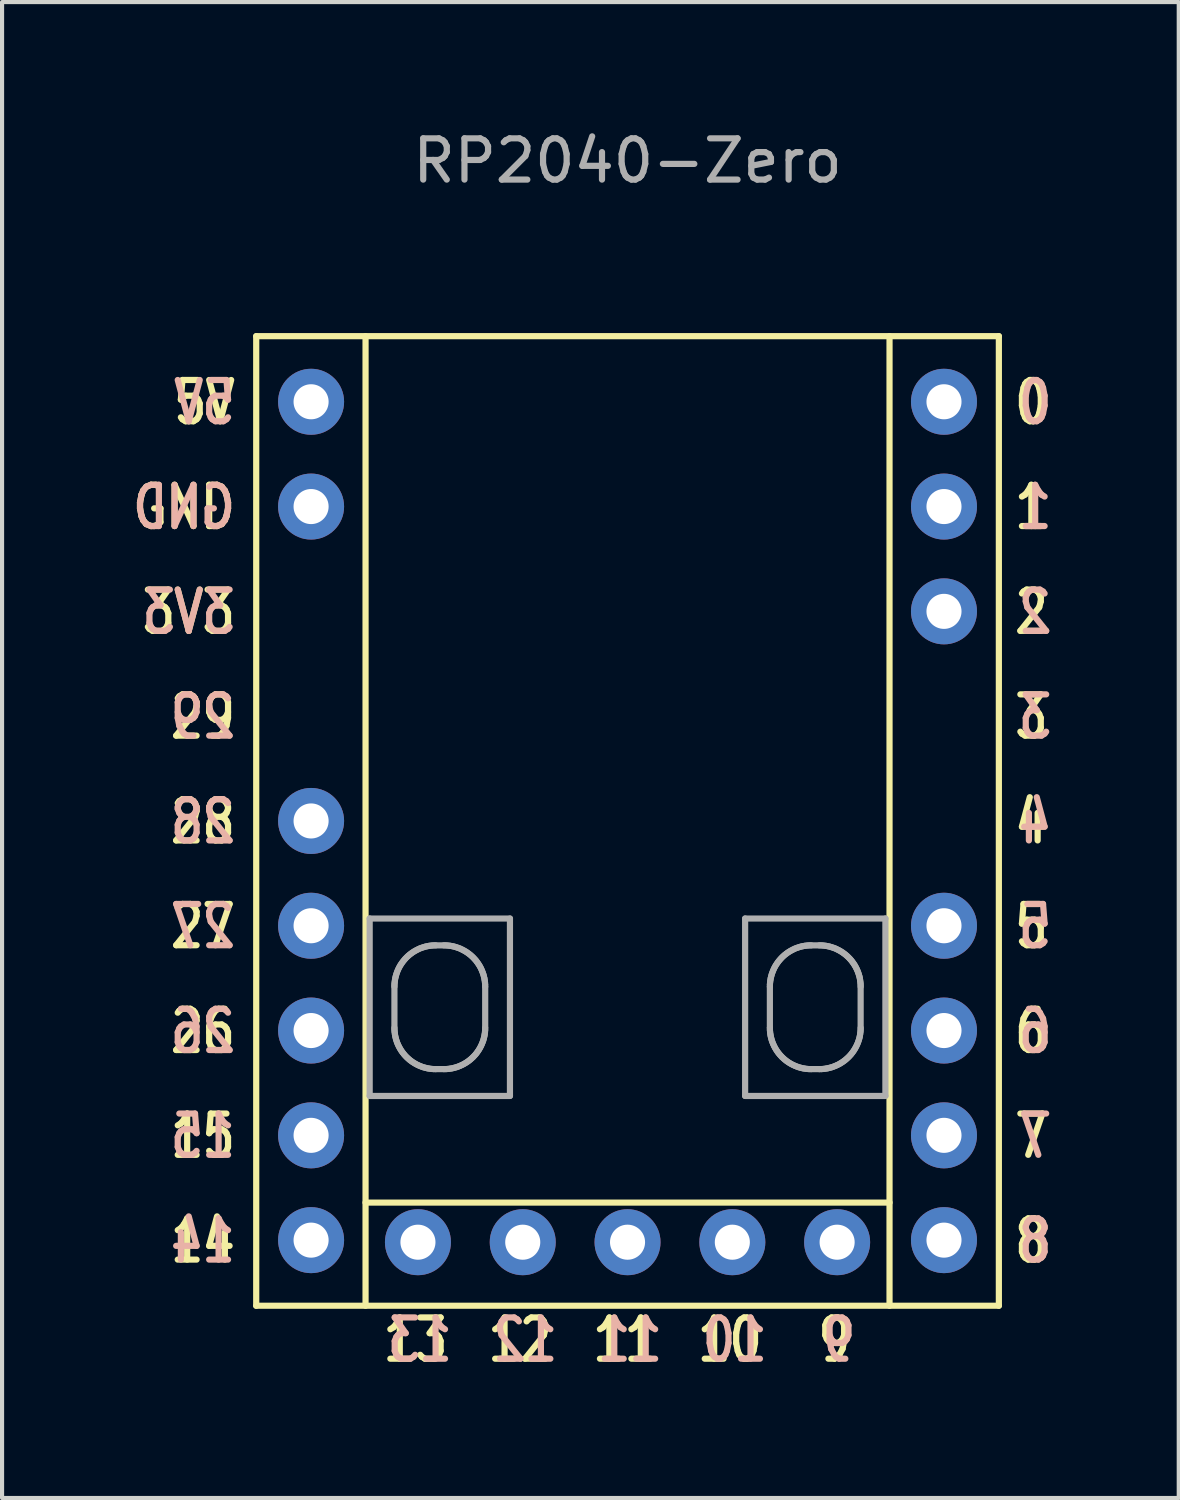
<source format=kicad_pcb>
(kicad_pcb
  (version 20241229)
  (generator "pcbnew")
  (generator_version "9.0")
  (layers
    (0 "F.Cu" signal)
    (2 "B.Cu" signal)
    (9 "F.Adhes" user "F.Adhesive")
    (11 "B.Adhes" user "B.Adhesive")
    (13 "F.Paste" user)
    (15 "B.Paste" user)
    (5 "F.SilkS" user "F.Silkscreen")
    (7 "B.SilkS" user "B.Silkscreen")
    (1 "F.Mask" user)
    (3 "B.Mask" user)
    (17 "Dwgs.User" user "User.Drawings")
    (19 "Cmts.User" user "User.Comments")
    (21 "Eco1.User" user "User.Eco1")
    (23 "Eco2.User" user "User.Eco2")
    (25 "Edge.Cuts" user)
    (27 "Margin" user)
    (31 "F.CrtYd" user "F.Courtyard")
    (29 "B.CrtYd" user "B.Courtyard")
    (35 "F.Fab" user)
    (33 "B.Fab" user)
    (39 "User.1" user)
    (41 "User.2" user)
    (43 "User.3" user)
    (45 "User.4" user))
  (footprint "RP2040-Zero"
    (layer "F.Cu")
    (at 12.16 16.848)
    (property "Reference" "RP2040-Zero" (at 0 -16 0) (layer "F.Fab") (effects (font (size 1 1) (thickness 0.15))))
    (attr through_hole exclude_from_pos_files)
    (fp_line (start -9 -11.75) (end 9 -11.75) (stroke (width 0.15) (type default)) (layer "F.SilkS"))
    (fp_line (start -9 11.75) (end -9 -11.75) (stroke (width 0.15) (type default)) (layer "F.SilkS"))
    (fp_line (start -9 11.75) (end 9 11.75) (stroke (width 0.15) (type default)) (layer "F.SilkS"))
    (fp_line (start -6.35 -11.75) (end -6.35 11.75) (stroke (width 0.15) (type solid)) (layer "F.SilkS"))
    (fp_line (start -6.35 9.25) (end 6.35 9.25) (stroke (width 0.15) (type solid)) (layer "F.SilkS"))
    (fp_line (start 6.35 11.75) (end 6.35 -11.75) (stroke (width 0.15) (type solid)) (layer "F.SilkS"))
    (fp_line (start 9 11.75) (end 9 -11.75) (stroke (width 0.15) (type default)) (layer "F.SilkS"))
    (fp_line (start -6.25 2.365) (end -2.85 2.365) (stroke (width 0.15) (type default)) (layer "F.Fab"))
    (fp_line (start -6.25 6.665) (end -6.25 2.365) (stroke (width 0.15) (type default)) (layer "F.Fab"))
    (fp_line (start -5.65 4.015) (end -5.649 3.963) (stroke (width 0.15) (type default)) (layer "F.Fab"))
    (fp_line (start -5.65 5.015) (end -5.65 4.015) (stroke (width 0.15) (type default)) (layer "F.Fab"))
    (fp_line (start -5.649 3.963) (end -5.645 3.913) (stroke (width 0.15) (type default)) (layer "F.Fab"))
    (fp_line (start -5.649 5.066) (end -5.65 5.015) (stroke (width 0.15) (type default)) (layer "F.Fab"))
    (fp_line (start -5.645 3.913) (end -5.638 3.863) (stroke (width 0.15) (type default)) (layer "F.Fab"))
    (fp_line (start -5.645 5.117) (end -5.649 5.066) (stroke (width 0.15) (type default)) (layer "F.Fab"))
    (fp_line (start -5.638 3.863) (end -5.63 3.813) (stroke (width 0.15) (type default)) (layer "F.Fab"))
    (fp_line (start -5.638 5.167) (end -5.645 5.117) (stroke (width 0.15) (type default)) (layer "F.Fab"))
    (fp_line (start -5.63 3.813) (end -5.618 3.765) (stroke (width 0.15) (type default)) (layer "F.Fab"))
    (fp_line (start -5.63 5.216) (end -5.638 5.167) (stroke (width 0.15) (type default)) (layer "F.Fab"))
    (fp_line (start -5.618 3.765) (end -5.605 3.718) (stroke (width 0.15) (type default)) (layer "F.Fab"))
    (fp_line (start -5.618 5.265) (end -5.63 5.216) (stroke (width 0.15) (type default)) (layer "F.Fab"))
    (fp_line (start -5.605 3.718) (end -5.589 3.671) (stroke (width 0.15) (type default)) (layer "F.Fab"))
    (fp_line (start -5.605 5.312) (end -5.618 5.265) (stroke (width 0.15) (type default)) (layer "F.Fab"))
    (fp_line (start -5.589 3.671) (end -5.571 3.626) (stroke (width 0.15) (type default)) (layer "F.Fab"))
    (fp_line (start -5.589 5.359) (end -5.605 5.312) (stroke (width 0.15) (type default)) (layer "F.Fab"))
    (fp_line (start -5.571 3.626) (end -5.551 3.581) (stroke (width 0.15) (type default)) (layer "F.Fab"))
    (fp_line (start -5.571 5.404) (end -5.589 5.359) (stroke (width 0.15) (type default)) (layer "F.Fab"))
    (fp_line (start -5.551 3.581) (end -5.529 3.538) (stroke (width 0.15) (type default)) (layer "F.Fab"))
    (fp_line (start -5.551 5.448) (end -5.571 5.404) (stroke (width 0.15) (type default)) (layer "F.Fab"))
    (fp_line (start -5.529 3.538) (end -5.505 3.496) (stroke (width 0.15) (type default)) (layer "F.Fab"))
    (fp_line (start -5.529 5.491) (end -5.551 5.448) (stroke (width 0.15) (type default)) (layer "F.Fab"))
    (fp_line (start -5.505 3.496) (end -5.479 3.456) (stroke (width 0.15) (type default)) (layer "F.Fab"))
    (fp_line (start -5.505 5.533) (end -5.529 5.491) (stroke (width 0.15) (type default)) (layer "F.Fab"))
    (fp_line (start -5.479 3.456) (end -5.451 3.417) (stroke (width 0.15) (type default)) (layer "F.Fab"))
    (fp_line (start -5.479 5.574) (end -5.505 5.533) (stroke (width 0.15) (type default)) (layer "F.Fab"))
    (fp_line (start -5.451 3.417) (end -5.421 3.379) (stroke (width 0.15) (type default)) (layer "F.Fab"))
    (fp_line (start -5.451 5.613) (end -5.479 5.574) (stroke (width 0.15) (type default)) (layer "F.Fab"))
    (fp_line (start -5.421 3.379) (end -5.39 3.343) (stroke (width 0.15) (type default)) (layer "F.Fab"))
    (fp_line (start -5.421 5.651) (end -5.451 5.613) (stroke (width 0.15) (type default)) (layer "F.Fab"))
    (fp_line (start -5.39 3.343) (end -5.357 3.308) (stroke (width 0.15) (type default)) (layer "F.Fab"))
    (fp_line (start -5.39 5.687) (end -5.421 5.651) (stroke (width 0.15) (type default)) (layer "F.Fab"))
    (fp_line (start -5.357 3.308) (end -5.322 3.275) (stroke (width 0.15) (type default)) (layer "F.Fab"))
    (fp_line (start -5.357 5.722) (end -5.39 5.687) (stroke (width 0.15) (type default)) (layer "F.Fab"))
    (fp_line (start -5.322 3.275) (end -5.286 3.243) (stroke (width 0.15) (type default)) (layer "F.Fab"))
    (fp_line (start -5.322 5.755) (end -5.357 5.722) (stroke (width 0.15) (type default)) (layer "F.Fab"))
    (fp_line (start -5.286 3.243) (end -5.248 3.214) (stroke (width 0.15) (type default)) (layer "F.Fab"))
    (fp_line (start -5.286 5.786) (end -5.322 5.755) (stroke (width 0.15) (type default)) (layer "F.Fab"))
    (fp_line (start -5.248 3.214) (end -5.209 3.186) (stroke (width 0.15) (type default)) (layer "F.Fab"))
    (fp_line (start -5.248 5.816) (end -5.286 5.786) (stroke (width 0.15) (type default)) (layer "F.Fab"))
    (fp_line (start -5.209 3.186) (end -5.168 3.16) (stroke (width 0.15) (type default)) (layer "F.Fab"))
    (fp_line (start -5.209 5.844) (end -5.248 5.816) (stroke (width 0.15) (type default)) (layer "F.Fab"))
    (fp_line (start -5.168 3.16) (end -5.126 3.136) (stroke (width 0.15) (type default)) (layer "F.Fab"))
    (fp_line (start -5.168 5.87) (end -5.209 5.844) (stroke (width 0.15) (type default)) (layer "F.Fab"))
    (fp_line (start -5.126 3.136) (end -5.083 3.114) (stroke (width 0.15) (type default)) (layer "F.Fab"))
    (fp_line (start -5.126 5.894) (end -5.168 5.87) (stroke (width 0.15) (type default)) (layer "F.Fab"))
    (fp_line (start -5.083 3.114) (end -5.039 3.093) (stroke (width 0.15) (type default)) (layer "F.Fab"))
    (fp_line (start -5.083 5.916) (end -5.126 5.894) (stroke (width 0.15) (type default)) (layer "F.Fab"))
    (fp_line (start -5.039 3.093) (end -4.994 3.076) (stroke (width 0.15) (type default)) (layer "F.Fab"))
    (fp_line (start -5.039 5.936) (end -5.083 5.916) (stroke (width 0.15) (type default)) (layer "F.Fab"))
    (fp_line (start -4.994 3.076) (end -4.947 3.06) (stroke (width 0.15) (type default)) (layer "F.Fab"))
    (fp_line (start -4.994 5.954) (end -5.039 5.936) (stroke (width 0.15) (type default)) (layer "F.Fab"))
    (fp_line (start -4.947 3.06) (end -4.9 3.046) (stroke (width 0.15) (type default)) (layer "F.Fab"))
    (fp_line (start -4.947 5.97) (end -4.994 5.954) (stroke (width 0.15) (type default)) (layer "F.Fab"))
    (fp_line (start -4.9 3.046) (end -4.851 3.035) (stroke (width 0.15) (type default)) (layer "F.Fab"))
    (fp_line (start -4.9 5.983) (end -4.947 5.97) (stroke (width 0.15) (type default)) (layer "F.Fab"))
    (fp_line (start -4.851 3.035) (end -4.802 3.026) (stroke (width 0.15) (type default)) (layer "F.Fab"))
    (fp_line (start -4.851 5.995) (end -4.9 5.983) (stroke (width 0.15) (type default)) (layer "F.Fab"))
    (fp_line (start -4.802 3.026) (end -4.752 3.02) (stroke (width 0.15) (type default)) (layer "F.Fab"))
    (fp_line (start -4.802 6.003) (end -4.851 5.995) (stroke (width 0.15) (type default)) (layer "F.Fab"))
    (fp_line (start -4.752 3.02) (end -4.701 3.016) (stroke (width 0.15) (type default)) (layer "F.Fab"))
    (fp_line (start -4.752 6.01) (end -4.802 6.003) (stroke (width 0.15) (type default)) (layer "F.Fab"))
    (fp_line (start -4.701 3.016) (end -4.65 3.015) (stroke (width 0.15) (type default)) (layer "F.Fab"))
    (fp_line (start -4.701 6.014) (end -4.752 6.01) (stroke (width 0.15) (type default)) (layer "F.Fab"))
    (fp_line (start -4.65 3.015) (end -4.45 3.015) (stroke (width 0.15) (type default)) (layer "F.Fab"))
    (fp_line (start -4.65 6.015) (end -4.701 6.014) (stroke (width 0.15) (type default)) (layer "F.Fab"))
    (fp_line (start -4.45 3.015) (end -4.399 3.016) (stroke (width 0.15) (type default)) (layer "F.Fab"))
    (fp_line (start -4.45 6.015) (end -4.65 6.015) (stroke (width 0.15) (type default)) (layer "F.Fab"))
    (fp_line (start -4.399 3.016) (end -4.348 3.02) (stroke (width 0.15) (type default)) (layer "F.Fab"))
    (fp_line (start -4.399 6.014) (end -4.45 6.015) (stroke (width 0.15) (type default)) (layer "F.Fab"))
    (fp_line (start -4.348 3.02) (end -4.298 3.026) (stroke (width 0.15) (type default)) (layer "F.Fab"))
    (fp_line (start -4.348 6.01) (end -4.399 6.014) (stroke (width 0.15) (type default)) (layer "F.Fab"))
    (fp_line (start -4.298 3.026) (end -4.248 3.035) (stroke (width 0.15) (type default)) (layer "F.Fab"))
    (fp_line (start -4.298 6.003) (end -4.348 6.01) (stroke (width 0.15) (type default)) (layer "F.Fab"))
    (fp_line (start -4.248 3.035) (end -4.2 3.046) (stroke (width 0.15) (type default)) (layer "F.Fab"))
    (fp_line (start -4.248 5.995) (end -4.298 6.003) (stroke (width 0.15) (type default)) (layer "F.Fab"))
    (fp_line (start -4.2 3.046) (end -4.153 3.06) (stroke (width 0.15) (type default)) (layer "F.Fab"))
    (fp_line (start -4.2 5.983) (end -4.248 5.995) (stroke (width 0.15) (type default)) (layer "F.Fab"))
    (fp_line (start -4.153 3.06) (end -4.106 3.076) (stroke (width 0.15) (type default)) (layer "F.Fab"))
    (fp_line (start -4.153 5.97) (end -4.2 5.983) (stroke (width 0.15) (type default)) (layer "F.Fab"))
    (fp_line (start -4.106 3.076) (end -4.061 3.093) (stroke (width 0.15) (type default)) (layer "F.Fab"))
    (fp_line (start -4.106 5.954) (end -4.153 5.97) (stroke (width 0.15) (type default)) (layer "F.Fab"))
    (fp_line (start -4.061 3.093) (end -4.017 3.114) (stroke (width 0.15) (type default)) (layer "F.Fab"))
    (fp_line (start -4.061 5.936) (end -4.106 5.954) (stroke (width 0.15) (type default)) (layer "F.Fab"))
    (fp_line (start -4.017 3.114) (end -3.974 3.136) (stroke (width 0.15) (type default)) (layer "F.Fab"))
    (fp_line (start -4.017 5.916) (end -4.061 5.936) (stroke (width 0.15) (type default)) (layer "F.Fab"))
    (fp_line (start -3.974 3.136) (end -3.932 3.16) (stroke (width 0.15) (type default)) (layer "F.Fab"))
    (fp_line (start -3.974 5.894) (end -4.017 5.916) (stroke (width 0.15) (type default)) (layer "F.Fab"))
    (fp_line (start -3.932 3.16) (end -3.891 3.186) (stroke (width 0.15) (type default)) (layer "F.Fab"))
    (fp_line (start -3.932 5.87) (end -3.974 5.894) (stroke (width 0.15) (type default)) (layer "F.Fab"))
    (fp_line (start -3.891 3.186) (end -3.852 3.214) (stroke (width 0.15) (type default)) (layer "F.Fab"))
    (fp_line (start -3.891 5.844) (end -3.932 5.87) (stroke (width 0.15) (type default)) (layer "F.Fab"))
    (fp_line (start -3.852 3.214) (end -3.814 3.243) (stroke (width 0.15) (type default)) (layer "F.Fab"))
    (fp_line (start -3.852 5.816) (end -3.891 5.844) (stroke (width 0.15) (type default)) (layer "F.Fab"))
    (fp_line (start -3.814 3.243) (end -3.778 3.275) (stroke (width 0.15) (type default)) (layer "F.Fab"))
    (fp_line (start -3.814 5.786) (end -3.852 5.816) (stroke (width 0.15) (type default)) (layer "F.Fab"))
    (fp_line (start -3.778 3.275) (end -3.743 3.308) (stroke (width 0.15) (type default)) (layer "F.Fab"))
    (fp_line (start -3.778 5.755) (end -3.814 5.786) (stroke (width 0.15) (type default)) (layer "F.Fab"))
    (fp_line (start -3.743 3.308) (end -3.71 3.343) (stroke (width 0.15) (type default)) (layer "F.Fab"))
    (fp_line (start -3.743 5.722) (end -3.778 5.755) (stroke (width 0.15) (type default)) (layer "F.Fab"))
    (fp_line (start -3.71 3.343) (end -3.678 3.379) (stroke (width 0.15) (type default)) (layer "F.Fab"))
    (fp_line (start -3.71 5.687) (end -3.743 5.722) (stroke (width 0.15) (type default)) (layer "F.Fab"))
    (fp_line (start -3.678 3.379) (end -3.649 3.417) (stroke (width 0.15) (type default)) (layer "F.Fab"))
    (fp_line (start -3.678 5.651) (end -3.71 5.687) (stroke (width 0.15) (type default)) (layer "F.Fab"))
    (fp_line (start -3.649 3.417) (end -3.621 3.456) (stroke (width 0.15) (type default)) (layer "F.Fab"))
    (fp_line (start -3.649 5.613) (end -3.678 5.651) (stroke (width 0.15) (type default)) (layer "F.Fab"))
    (fp_line (start -3.621 3.456) (end -3.595 3.496) (stroke (width 0.15) (type default)) (layer "F.Fab"))
    (fp_line (start -3.621 5.574) (end -3.649 5.613) (stroke (width 0.15) (type default)) (layer "F.Fab"))
    (fp_line (start -3.595 3.496) (end -3.571 3.538) (stroke (width 0.15) (type default)) (layer "F.Fab"))
    (fp_line (start -3.595 5.533) (end -3.621 5.574) (stroke (width 0.15) (type default)) (layer "F.Fab"))
    (fp_line (start -3.571 3.538) (end -3.549 3.581) (stroke (width 0.15) (type default)) (layer "F.Fab"))
    (fp_line (start -3.571 5.491) (end -3.595 5.533) (stroke (width 0.15) (type default)) (layer "F.Fab"))
    (fp_line (start -3.549 3.581) (end -3.529 3.626) (stroke (width 0.15) (type default)) (layer "F.Fab"))
    (fp_line (start -3.549 5.448) (end -3.571 5.491) (stroke (width 0.15) (type default)) (layer "F.Fab"))
    (fp_line (start -3.529 3.626) (end -3.511 3.671) (stroke (width 0.15) (type default)) (layer "F.Fab"))
    (fp_line (start -3.529 5.404) (end -3.549 5.448) (stroke (width 0.15) (type default)) (layer "F.Fab"))
    (fp_line (start -3.511 3.671) (end -3.495 3.718) (stroke (width 0.15) (type default)) (layer "F.Fab"))
    (fp_line (start -3.511 5.359) (end -3.529 5.404) (stroke (width 0.15) (type default)) (layer "F.Fab"))
    (fp_line (start -3.495 3.718) (end -3.482 3.765) (stroke (width 0.15) (type default)) (layer "F.Fab"))
    (fp_line (start -3.495 5.312) (end -3.511 5.359) (stroke (width 0.15) (type default)) (layer "F.Fab"))
    (fp_line (start -3.482 3.765) (end -3.47 3.813) (stroke (width 0.15) (type default)) (layer "F.Fab"))
    (fp_line (start -3.482 5.265) (end -3.495 5.312) (stroke (width 0.15) (type default)) (layer "F.Fab"))
    (fp_line (start -3.47 3.813) (end -3.462 3.863) (stroke (width 0.15) (type default)) (layer "F.Fab"))
    (fp_line (start -3.47 5.216) (end -3.482 5.265) (stroke (width 0.15) (type default)) (layer "F.Fab"))
    (fp_line (start -3.462 3.863) (end -3.455 3.913) (stroke (width 0.15) (type default)) (layer "F.Fab"))
    (fp_line (start -3.462 5.167) (end -3.47 5.216) (stroke (width 0.15) (type default)) (layer "F.Fab"))
    (fp_line (start -3.455 3.913) (end -3.451 3.963) (stroke (width 0.15) (type default)) (layer "F.Fab"))
    (fp_line (start -3.455 5.117) (end -3.462 5.167) (stroke (width 0.15) (type default)) (layer "F.Fab"))
    (fp_line (start -3.451 3.963) (end -3.45 4.015) (stroke (width 0.15) (type default)) (layer "F.Fab"))
    (fp_line (start -3.451 5.066) (end -3.455 5.117) (stroke (width 0.15) (type default)) (layer "F.Fab"))
    (fp_line (start -3.45 4.015) (end -3.45 5.015) (stroke (width 0.15) (type default)) (layer "F.Fab"))
    (fp_line (start -3.45 5.015) (end -3.451 5.066) (stroke (width 0.15) (type default)) (layer "F.Fab"))
    (fp_line (start -2.85 2.365) (end -2.85 6.665) (stroke (width 0.15) (type default)) (layer "F.Fab"))
    (fp_line (start -2.85 6.665) (end -6.25 6.665) (stroke (width 0.15) (type default)) (layer "F.Fab"))
    (fp_line (start 2.85 2.365) (end 6.25 2.365) (stroke (width 0.15) (type default)) (layer "F.Fab"))
    (fp_line (start 2.85 6.665) (end 2.85 2.365) (stroke (width 0.15) (type default)) (layer "F.Fab"))
    (fp_line (start 3.45 4.015) (end 3.451 3.963) (stroke (width 0.15) (type default)) (layer "F.Fab"))
    (fp_line (start 3.45 5.015) (end 3.45 4.015) (stroke (width 0.15) (type default)) (layer "F.Fab"))
    (fp_line (start 3.451 3.963) (end 3.455 3.913) (stroke (width 0.15) (type default)) (layer "F.Fab"))
    (fp_line (start 3.451 5.066) (end 3.45 5.015) (stroke (width 0.15) (type default)) (layer "F.Fab"))
    (fp_line (start 3.455 3.913) (end 3.462 3.863) (stroke (width 0.15) (type default)) (layer "F.Fab"))
    (fp_line (start 3.455 5.117) (end 3.451 5.066) (stroke (width 0.15) (type default)) (layer "F.Fab"))
    (fp_line (start 3.462 3.863) (end 3.47 3.813) (stroke (width 0.15) (type default)) (layer "F.Fab"))
    (fp_line (start 3.462 5.167) (end 3.455 5.117) (stroke (width 0.15) (type default)) (layer "F.Fab"))
    (fp_line (start 3.47 3.813) (end 3.482 3.765) (stroke (width 0.15) (type default)) (layer "F.Fab"))
    (fp_line (start 3.47 5.216) (end 3.462 5.167) (stroke (width 0.15) (type default)) (layer "F.Fab"))
    (fp_line (start 3.482 3.765) (end 3.495 3.718) (stroke (width 0.15) (type default)) (layer "F.Fab"))
    (fp_line (start 3.482 5.265) (end 3.47 5.216) (stroke (width 0.15) (type default)) (layer "F.Fab"))
    (fp_line (start 3.495 3.718) (end 3.511 3.671) (stroke (width 0.15) (type default)) (layer "F.Fab"))
    (fp_line (start 3.495 5.312) (end 3.482 5.265) (stroke (width 0.15) (type default)) (layer "F.Fab"))
    (fp_line (start 3.511 3.671) (end 3.529 3.626) (stroke (width 0.15) (type default)) (layer "F.Fab"))
    (fp_line (start 3.511 5.359) (end 3.495 5.312) (stroke (width 0.15) (type default)) (layer "F.Fab"))
    (fp_line (start 3.529 3.626) (end 3.549 3.581) (stroke (width 0.15) (type default)) (layer "F.Fab"))
    (fp_line (start 3.529 5.404) (end 3.511 5.359) (stroke (width 0.15) (type default)) (layer "F.Fab"))
    (fp_line (start 3.549 3.581) (end 3.571 3.538) (stroke (width 0.15) (type default)) (layer "F.Fab"))
    (fp_line (start 3.549 5.448) (end 3.529 5.404) (stroke (width 0.15) (type default)) (layer "F.Fab"))
    (fp_line (start 3.571 3.538) (end 3.595 3.496) (stroke (width 0.15) (type default)) (layer "F.Fab"))
    (fp_line (start 3.571 5.491) (end 3.549 5.448) (stroke (width 0.15) (type default)) (layer "F.Fab"))
    (fp_line (start 3.595 3.496) (end 3.621 3.456) (stroke (width 0.15) (type default)) (layer "F.Fab"))
    (fp_line (start 3.595 5.533) (end 3.571 5.491) (stroke (width 0.15) (type default)) (layer "F.Fab"))
    (fp_line (start 3.621 3.456) (end 3.649 3.417) (stroke (width 0.15) (type default)) (layer "F.Fab"))
    (fp_line (start 3.621 5.574) (end 3.595 5.533) (stroke (width 0.15) (type default)) (layer "F.Fab"))
    (fp_line (start 3.649 3.417) (end 3.679 3.379) (stroke (width 0.15) (type default)) (layer "F.Fab"))
    (fp_line (start 3.649 5.613) (end 3.621 5.574) (stroke (width 0.15) (type default)) (layer "F.Fab"))
    (fp_line (start 3.679 3.379) (end 3.71 3.343) (stroke (width 0.15) (type default)) (layer "F.Fab"))
    (fp_line (start 3.679 5.651) (end 3.649 5.613) (stroke (width 0.15) (type default)) (layer "F.Fab"))
    (fp_line (start 3.71 3.343) (end 3.743 3.308) (stroke (width 0.15) (type default)) (layer "F.Fab"))
    (fp_line (start 3.71 5.687) (end 3.679 5.651) (stroke (width 0.15) (type default)) (layer "F.Fab"))
    (fp_line (start 3.743 3.308) (end 3.778 3.275) (stroke (width 0.15) (type default)) (layer "F.Fab"))
    (fp_line (start 3.743 5.722) (end 3.71 5.687) (stroke (width 0.15) (type default)) (layer "F.Fab"))
    (fp_line (start 3.778 3.275) (end 3.814 3.243) (stroke (width 0.15) (type default)) (layer "F.Fab"))
    (fp_line (start 3.778 5.755) (end 3.743 5.722) (stroke (width 0.15) (type default)) (layer "F.Fab"))
    (fp_line (start 3.814 3.243) (end 3.852 3.214) (stroke (width 0.15) (type default)) (layer "F.Fab"))
    (fp_line (start 3.814 5.786) (end 3.778 5.755) (stroke (width 0.15) (type default)) (layer "F.Fab"))
    (fp_line (start 3.852 3.214) (end 3.891 3.186) (stroke (width 0.15) (type default)) (layer "F.Fab"))
    (fp_line (start 3.852 5.816) (end 3.814 5.786) (stroke (width 0.15) (type default)) (layer "F.Fab"))
    (fp_line (start 3.891 3.186) (end 3.932 3.16) (stroke (width 0.15) (type default)) (layer "F.Fab"))
    (fp_line (start 3.891 5.844) (end 3.852 5.816) (stroke (width 0.15) (type default)) (layer "F.Fab"))
    (fp_line (start 3.932 3.16) (end 3.974 3.136) (stroke (width 0.15) (type default)) (layer "F.Fab"))
    (fp_line (start 3.932 5.87) (end 3.891 5.844) (stroke (width 0.15) (type default)) (layer "F.Fab"))
    (fp_line (start 3.974 3.136) (end 4.017 3.114) (stroke (width 0.15) (type default)) (layer "F.Fab"))
    (fp_line (start 3.974 5.894) (end 3.932 5.87) (stroke (width 0.15) (type default)) (layer "F.Fab"))
    (fp_line (start 4.017 3.114) (end 4.061 3.093) (stroke (width 0.15) (type default)) (layer "F.Fab"))
    (fp_line (start 4.017 5.916) (end 3.974 5.894) (stroke (width 0.15) (type default)) (layer "F.Fab"))
    (fp_line (start 4.061 3.093) (end 4.106 3.076) (stroke (width 0.15) (type default)) (layer "F.Fab"))
    (fp_line (start 4.061 5.936) (end 4.017 5.916) (stroke (width 0.15) (type default)) (layer "F.Fab"))
    (fp_line (start 4.106 3.076) (end 4.153 3.06) (stroke (width 0.15) (type default)) (layer "F.Fab"))
    (fp_line (start 4.106 5.954) (end 4.061 5.936) (stroke (width 0.15) (type default)) (layer "F.Fab"))
    (fp_line (start 4.153 3.06) (end 4.2 3.046) (stroke (width 0.15) (type default)) (layer "F.Fab"))
    (fp_line (start 4.153 5.97) (end 4.106 5.954) (stroke (width 0.15) (type default)) (layer "F.Fab"))
    (fp_line (start 4.2 3.046) (end 4.249 3.035) (stroke (width 0.15) (type default)) (layer "F.Fab"))
    (fp_line (start 4.2 5.983) (end 4.153 5.97) (stroke (width 0.15) (type default)) (layer "F.Fab"))
    (fp_line (start 4.249 3.035) (end 4.298 3.026) (stroke (width 0.15) (type default)) (layer "F.Fab"))
    (fp_line (start 4.249 5.995) (end 4.2 5.983) (stroke (width 0.15) (type default)) (layer "F.Fab"))
    (fp_line (start 4.298 3.026) (end 4.348 3.02) (stroke (width 0.15) (type default)) (layer "F.Fab"))
    (fp_line (start 4.298 6.003) (end 4.249 5.995) (stroke (width 0.15) (type default)) (layer "F.Fab"))
    (fp_line (start 4.348 3.02) (end 4.399 3.016) (stroke (width 0.15) (type default)) (layer "F.Fab"))
    (fp_line (start 4.348 6.01) (end 4.298 6.003) (stroke (width 0.15) (type default)) (layer "F.Fab"))
    (fp_line (start 4.399 3.016) (end 4.45 3.015) (stroke (width 0.15) (type default)) (layer "F.Fab"))
    (fp_line (start 4.399 6.014) (end 4.348 6.01) (stroke (width 0.15) (type default)) (layer "F.Fab"))
    (fp_line (start 4.45 3.015) (end 4.65 3.015) (stroke (width 0.15) (type default)) (layer "F.Fab"))
    (fp_line (start 4.45 6.015) (end 4.399 6.014) (stroke (width 0.15) (type default)) (layer "F.Fab"))
    (fp_line (start 4.65 3.015) (end 4.702 3.016) (stroke (width 0.15) (type default)) (layer "F.Fab"))
    (fp_line (start 4.65 6.015) (end 4.45 6.015) (stroke (width 0.15) (type default)) (layer "F.Fab"))
    (fp_line (start 4.702 3.016) (end 4.752 3.02) (stroke (width 0.15) (type default)) (layer "F.Fab"))
    (fp_line (start 4.702 6.014) (end 4.65 6.015) (stroke (width 0.15) (type default)) (layer "F.Fab"))
    (fp_line (start 4.752 3.02) (end 4.802 3.026) (stroke (width 0.15) (type default)) (layer "F.Fab"))
    (fp_line (start 4.752 6.01) (end 4.702 6.014) (stroke (width 0.15) (type default)) (layer "F.Fab"))
    (fp_line (start 4.802 3.026) (end 4.851 3.035) (stroke (width 0.15) (type default)) (layer "F.Fab"))
    (fp_line (start 4.802 6.003) (end 4.752 6.01) (stroke (width 0.15) (type default)) (layer "F.Fab"))
    (fp_line (start 4.851 3.035) (end 4.9 3.046) (stroke (width 0.15) (type default)) (layer "F.Fab"))
    (fp_line (start 4.851 5.995) (end 4.802 6.003) (stroke (width 0.15) (type default)) (layer "F.Fab"))
    (fp_line (start 4.9 3.046) (end 4.947 3.06) (stroke (width 0.15) (type default)) (layer "F.Fab"))
    (fp_line (start 4.9 5.983) (end 4.851 5.995) (stroke (width 0.15) (type default)) (layer "F.Fab"))
    (fp_line (start 4.947 3.06) (end 4.994 3.076) (stroke (width 0.15) (type default)) (layer "F.Fab"))
    (fp_line (start 4.947 5.97) (end 4.9 5.983) (stroke (width 0.15) (type default)) (layer "F.Fab"))
    (fp_line (start 4.994 3.076) (end 5.039 3.093) (stroke (width 0.15) (type default)) (layer "F.Fab"))
    (fp_line (start 4.994 5.954) (end 4.947 5.97) (stroke (width 0.15) (type default)) (layer "F.Fab"))
    (fp_line (start 5.039 3.093) (end 5.083 3.114) (stroke (width 0.15) (type default)) (layer "F.Fab"))
    (fp_line (start 5.039 5.936) (end 4.994 5.954) (stroke (width 0.15) (type default)) (layer "F.Fab"))
    (fp_line (start 5.083 3.114) (end 5.127 3.136) (stroke (width 0.15) (type default)) (layer "F.Fab"))
    (fp_line (start 5.083 5.916) (end 5.039 5.936) (stroke (width 0.15) (type default)) (layer "F.Fab"))
    (fp_line (start 5.127 3.136) (end 5.168 3.16) (stroke (width 0.15) (type default)) (layer "F.Fab"))
    (fp_line (start 5.127 5.894) (end 5.083 5.916) (stroke (width 0.15) (type default)) (layer "F.Fab"))
    (fp_line (start 5.168 3.16) (end 5.209 3.186) (stroke (width 0.15) (type default)) (layer "F.Fab"))
    (fp_line (start 5.168 5.87) (end 5.127 5.894) (stroke (width 0.15) (type default)) (layer "F.Fab"))
    (fp_line (start 5.209 3.186) (end 5.248 3.214) (stroke (width 0.15) (type default)) (layer "F.Fab"))
    (fp_line (start 5.209 5.844) (end 5.168 5.87) (stroke (width 0.15) (type default)) (layer "F.Fab"))
    (fp_line (start 5.248 3.214) (end 5.286 3.243) (stroke (width 0.15) (type default)) (layer "F.Fab"))
    (fp_line (start 5.248 5.816) (end 5.209 5.844) (stroke (width 0.15) (type default)) (layer "F.Fab"))
    (fp_line (start 5.286 3.243) (end 5.322 3.275) (stroke (width 0.15) (type default)) (layer "F.Fab"))
    (fp_line (start 5.286 5.786) (end 5.248 5.816) (stroke (width 0.15) (type default)) (layer "F.Fab"))
    (fp_line (start 5.322 3.275) (end 5.357 3.308) (stroke (width 0.15) (type default)) (layer "F.Fab"))
    (fp_line (start 5.322 5.755) (end 5.286 5.786) (stroke (width 0.15) (type default)) (layer "F.Fab"))
    (fp_line (start 5.357 3.308) (end 5.39 3.343) (stroke (width 0.15) (type default)) (layer "F.Fab"))
    (fp_line (start 5.357 5.722) (end 5.322 5.755) (stroke (width 0.15) (type default)) (layer "F.Fab"))
    (fp_line (start 5.39 3.343) (end 5.422 3.379) (stroke (width 0.15) (type default)) (layer "F.Fab"))
    (fp_line (start 5.39 5.687) (end 5.357 5.722) (stroke (width 0.15) (type default)) (layer "F.Fab"))
    (fp_line (start 5.422 3.379) (end 5.451 3.417) (stroke (width 0.15) (type default)) (layer "F.Fab"))
    (fp_line (start 5.422 5.651) (end 5.39 5.687) (stroke (width 0.15) (type default)) (layer "F.Fab"))
    (fp_line (start 5.451 3.417) (end 5.479 3.456) (stroke (width 0.15) (type default)) (layer "F.Fab"))
    (fp_line (start 5.451 5.613) (end 5.422 5.651) (stroke (width 0.15) (type default)) (layer "F.Fab"))
    (fp_line (start 5.479 3.456) (end 5.505 3.496) (stroke (width 0.15) (type default)) (layer "F.Fab"))
    (fp_line (start 5.479 5.574) (end 5.451 5.613) (stroke (width 0.15) (type default)) (layer "F.Fab"))
    (fp_line (start 5.505 3.496) (end 5.529 3.538) (stroke (width 0.15) (type default)) (layer "F.Fab"))
    (fp_line (start 5.505 5.533) (end 5.479 5.574) (stroke (width 0.15) (type default)) (layer "F.Fab"))
    (fp_line (start 5.529 3.538) (end 5.551 3.581) (stroke (width 0.15) (type default)) (layer "F.Fab"))
    (fp_line (start 5.529 5.491) (end 5.505 5.533) (stroke (width 0.15) (type default)) (layer "F.Fab"))
    (fp_line (start 5.551 3.581) (end 5.571 3.626) (stroke (width 0.15) (type default)) (layer "F.Fab"))
    (fp_line (start 5.551 5.448) (end 5.529 5.491) (stroke (width 0.15) (type default)) (layer "F.Fab"))
    (fp_line (start 5.571 3.626) (end 5.589 3.671) (stroke (width 0.15) (type default)) (layer "F.Fab"))
    (fp_line (start 5.571 5.404) (end 5.551 5.448) (stroke (width 0.15) (type default)) (layer "F.Fab"))
    (fp_line (start 5.589 3.671) (end 5.605 3.718) (stroke (width 0.15) (type default)) (layer "F.Fab"))
    (fp_line (start 5.589 5.359) (end 5.571 5.404) (stroke (width 0.15) (type default)) (layer "F.Fab"))
    (fp_line (start 5.605 3.718) (end 5.619 3.765) (stroke (width 0.15) (type default)) (layer "F.Fab"))
    (fp_line (start 5.605 5.312) (end 5.589 5.359) (stroke (width 0.15) (type default)) (layer "F.Fab"))
    (fp_line (start 5.619 3.765) (end 5.63 3.813) (stroke (width 0.15) (type default)) (layer "F.Fab"))
    (fp_line (start 5.619 5.265) (end 5.605 5.312) (stroke (width 0.15) (type default)) (layer "F.Fab"))
    (fp_line (start 5.63 3.813) (end 5.638 3.863) (stroke (width 0.15) (type default)) (layer "F.Fab"))
    (fp_line (start 5.63 5.216) (end 5.619 5.265) (stroke (width 0.15) (type default)) (layer "F.Fab"))
    (fp_line (start 5.638 3.863) (end 5.645 3.913) (stroke (width 0.15) (type default)) (layer "F.Fab"))
    (fp_line (start 5.638 5.167) (end 5.63 5.216) (stroke (width 0.15) (type default)) (layer "F.Fab"))
    (fp_line (start 5.645 3.913) (end 5.649 3.963) (stroke (width 0.15) (type default)) (layer "F.Fab"))
    (fp_line (start 5.645 5.117) (end 5.638 5.167) (stroke (width 0.15) (type default)) (layer "F.Fab"))
    (fp_line (start 5.649 3.963) (end 5.65 4.015) (stroke (width 0.15) (type default)) (layer "F.Fab"))
    (fp_line (start 5.649 5.066) (end 5.645 5.117) (stroke (width 0.15) (type default)) (layer "F.Fab"))
    (fp_line (start 5.65 4.015) (end 5.65 5.015) (stroke (width 0.15) (type default)) (layer "F.Fab"))
    (fp_line (start 5.65 5.015) (end 5.649 5.066) (stroke (width 0.15) (type default)) (layer "F.Fab"))
    (fp_line (start 6.25 2.365) (end 6.25 6.665) (stroke (width 0.15) (type default)) (layer "F.Fab"))
    (fp_line (start 6.25 6.665) (end 2.85 6.665) (stroke (width 0.15) (type default)) (layer "F.Fab"))
    (fp_text user "2" (at 9.308 -4.478 0) (unlocked yes) (layer "F.SilkS") (effects (font (size 1 0.8) (thickness 0.15)) (justify left bottom)))
    (fp_text user "14" (at -9.432 10.762 0) (unlocked yes) (layer "F.SilkS") (effects (font (size 1 0.8) (thickness 0.15)) (justify right bottom)))
    (fp_text user "10" (at 1.62 13.164 0) (unlocked yes) (layer "F.SilkS") (effects (font (size 1 0.8) (thickness 0.15)) (justify left bottom)))
    (fp_text user "8" (at 9.308 10.762 0) (unlocked yes) (layer "F.SilkS") (effects (font (size 1 0.8) (thickness 0.15)) (justify left bottom)))
    (fp_text user "5V" (at -9.432 -9.558 0) (unlocked yes) (layer "F.SilkS") (effects (font (size 1 0.8) (thickness 0.15)) (justify right bottom)))
    (fp_text user "3" (at 9.308 -1.938 0) (unlocked yes) (layer "F.SilkS") (effects (font (size 1 0.8) (thickness 0.15)) (justify left bottom)))
    (fp_text user "26" (at -9.432 5.682 0) (unlocked yes) (layer "F.SilkS") (effects (font (size 1 0.8) (thickness 0.15)) (justify right bottom)))
    (fp_text user "12" (at -3.46 13.164 0) (unlocked yes) (layer "F.SilkS") (effects (font (size 1 0.8) (thickness 0.15)) (justify left bottom)))
    (fp_text user "15" (at -9.432 8.222 0) (unlocked yes) (layer "F.SilkS") (effects (font (size 1 0.8) (thickness 0.15)) (justify right bottom)))
    (fp_text user "0" (at 9.308 -9.558 0) (unlocked yes) (layer "F.SilkS") (effects (font (size 1 0.8) (thickness 0.15)) (justify left bottom)))
    (fp_text user "3V3" (at -9.432 -4.478 0) (unlocked yes) (layer "F.SilkS") (effects (font (size 1 0.8) (thickness 0.15)) (justify right bottom)))
    (fp_text user "9" (at 4.541 13.164 0) (unlocked yes) (layer "F.SilkS") (effects (font (size 1 0.8) (thickness 0.15)) (justify left bottom)))
    (fp_text user "1" (at 9.308 -7.018 0) (unlocked yes) (layer "F.SilkS") (effects (font (size 1 0.8) (thickness 0.15)) (justify left bottom)))
    (fp_text user "7" (at 9.308 8.222 0) (unlocked yes) (layer "F.SilkS") (effects (font (size 1 0.8) (thickness 0.15)) (justify left bottom)))
    (fp_text user "13" (at -6 13.164 0) (unlocked yes) (layer "F.SilkS") (effects (font (size 1 0.8) (thickness 0.15)) (justify left bottom)))
    (fp_text user "27" (at -9.432 3.142 0) (unlocked yes) (layer "F.SilkS") (effects (font (size 1 0.8) (thickness 0.15)) (justify right bottom)))
    (fp_text user "29" (at -9.432 -1.938 0) (unlocked yes) (layer "F.SilkS") (effects (font (size 1 0.8) (thickness 0.15)) (justify right bottom)))
    (fp_text user "6" (at 9.308 5.682 0) (unlocked yes) (layer "F.SilkS") (effects (font (size 1 0.8) (thickness 0.15)) (justify left bottom)))
    (fp_text user "28" (at -9.432 0.602 0) (unlocked yes) (layer "F.SilkS") (effects (font (size 1 0.8) (thickness 0.15)) (justify right bottom)))
    (fp_text user "11" (at -0.92 13.164 0) (unlocked yes) (layer "F.SilkS") (effects (font (size 1 0.8) (thickness 0.15)) (justify left bottom)))
    (fp_text user "GND" (at -9.432 -7.018 0) (unlocked yes) (layer "F.SilkS") (effects (font (size 1 0.8) (thickness 0.15)) (justify right bottom)))
    (fp_text user "4" (at 9.308 0.602 0) (unlocked yes) (layer "F.SilkS") (effects (font (size 1 0.8) (thickness 0.15)) (justify left bottom)))
    (fp_text user "5" (at 9.308 3.142 0) (unlocked yes) (layer "F.SilkS") (effects (font (size 1 0.8) (thickness 0.15)) (justify left bottom)))
    (fp_text user "GND" (at -9.432 -7.018 0) (unlocked yes) (layer "B.SilkS") (effects (font (size 1 0.8) (thickness 0.15)) (justify left bottom mirror)))
    (fp_text user "29" (at -9.432 -1.938 0) (unlocked yes) (layer "B.SilkS") (effects (font (size 1 0.8) (thickness 0.15)) (justify left bottom mirror)))
    (fp_text user "5V" (at -9.432 -9.558 0) (unlocked yes) (layer "B.SilkS") (effects (font (size 1 0.8) (thickness 0.15)) (justify left bottom mirror)))
    (fp_text user "0" (at 10.36 -9.558 0) (unlocked yes) (layer "B.SilkS") (effects (font (size 1 0.8) (thickness 0.15)) (justify left bottom mirror)))
    (fp_text user "10" (at 3.46 13.164 0) (unlocked yes) (layer "B.SilkS") (effects (font (size 1 0.8) (thickness 0.15)) (justify left bottom mirror)))
    (fp_text user "9" (at 5.606 13.164 0) (unlocked yes) (layer "B.SilkS") (effects (font (size 1 0.8) (thickness 0.15)) (justify left bottom mirror)))
    (fp_text user "13" (at -4.173 13.164 0) (unlocked yes) (layer "B.SilkS") (effects (font (size 1 0.8) (thickness 0.15)) (justify left bottom mirror)))
    (fp_text user "12" (at -1.62 13.164 0) (unlocked yes) (layer "B.SilkS") (effects (font (size 1 0.8) (thickness 0.15)) (justify left bottom mirror)))
    (fp_text user "28" (at -9.432 0.602 0) (unlocked yes) (layer "B.SilkS") (effects (font (size 1 0.8) (thickness 0.15)) (justify left bottom mirror)))
    (fp_text user "1" (at 10.36 -7.018 0) (unlocked yes) (layer "B.SilkS") (effects (font (size 1 0.8) (thickness 0.15)) (justify left bottom mirror)))
    (fp_text user "7" (at 10.36 8.222 0) (unlocked yes) (layer "B.SilkS") (effects (font (size 1 0.8) (thickness 0.15)) (justify left bottom mirror)))
    (fp_text user "14" (at -9.432 10.762 0) (unlocked yes) (layer "B.SilkS") (effects (font (size 1 0.8) (thickness 0.15)) (justify left bottom mirror)))
    (fp_text user "26" (at -9.432 5.682 0) (unlocked yes) (layer "B.SilkS") (effects (font (size 1 0.8) (thickness 0.15)) (justify left bottom mirror)))
    (fp_text user "2" (at 10.36 -4.478 0) (unlocked yes) (layer "B.SilkS") (effects (font (size 1 0.8) (thickness 0.15)) (justify left bottom mirror)))
    (fp_text user "3" (at 10.36 -1.938 0) (unlocked yes) (layer "B.SilkS") (effects (font (size 1 0.8) (thickness 0.15)) (justify left bottom mirror)))
    (fp_text user "3V3" (at -9.432 -4.478 0) (unlocked yes) (layer "B.SilkS") (effects (font (size 1 0.8) (thickness 0.15)) (justify left bottom mirror)))
    (fp_text user "15" (at -9.432 8.222 0) (unlocked yes) (layer "B.SilkS") (effects (font (size 1 0.8) (thickness 0.15)) (justify left bottom mirror)))
    (fp_text user "8" (at 10.36 10.762 0) (unlocked yes) (layer "B.SilkS") (effects (font (size 1 0.8) (thickness 0.15)) (justify left bottom mirror)))
    (fp_text user "27" (at -9.432 3.142 0) (unlocked yes) (layer "B.SilkS") (effects (font (size 1 0.8) (thickness 0.15)) (justify left bottom mirror)))
    (fp_text user "5" (at 10.36 3.142 0) (unlocked yes) (layer "B.SilkS") (effects (font (size 1 0.8) (thickness 0.15)) (justify left bottom mirror)))
    (fp_text user "6" (at 10.36 5.682 0) (unlocked yes) (layer "B.SilkS") (effects (font (size 1 0.8) (thickness 0.15)) (justify left bottom mirror)))
    (fp_text user "4" (at 10.36 0.602 0) (unlocked yes) (layer "B.SilkS") (effects (font (size 1 0.8) (thickness 0.15)) (justify left bottom mirror)))
    (fp_text user "11" (at 0.92 13.164 0) (unlocked yes) (layer "B.SilkS") (effects (font (size 1 0.8) (thickness 0.15)) (justify left bottom mirror)))
    (pad "0" thru_hole circle (at 7.67 -10.16 180) (size 1.6 1.6) (drill 0.85) (layers "*.Cu" "*.Mask"))
    (pad "1" thru_hole circle (at 7.67 -7.62 180) (size 1.6 1.6) (drill 0.85) (layers "*.Cu" "*.Mask"))
    (pad "2" thru_hole circle (at 7.67 -5.08 180) (size 1.6 1.6) (drill 0.85) (layers "*.Cu" "*.Mask"))
    (pad "5" thru_hole circle (at 7.67 2.54 180) (size 1.6 1.6) (drill 0.85) (layers "*.Cu" "*.Mask"))
    (pad "6" thru_hole circle (at 7.67 5.08 180) (size 1.6 1.6) (drill 0.85) (layers "*.Cu" "*.Mask"))
    (pad "7" thru_hole circle (at 7.67 7.62 180) (size 1.6 1.6) (drill 0.85) (layers "*.Cu" "*.Mask"))
    (pad "8" thru_hole circle (at 7.67 10.16 180) (size 1.6 1.6) (drill 0.85) (layers "*.Cu" "*.Mask"))
    (pad "9" thru_hole circle (at 5.08 10.21 90) (size 1.6 1.6) (drill 0.85) (layers "*.Cu" "*.Mask"))
    (pad "10" thru_hole circle (at 2.54 10.21 90) (size 1.6 1.6) (drill 0.85) (layers "*.Cu" "*.Mask"))
    (pad "11" thru_hole circle (at 0 10.21 90) (size 1.6 1.6) (drill 0.85) (layers "*.Cu" "*.Mask"))
    (pad "12" thru_hole circle (at -2.54 10.21 90) (size 1.6 1.6) (drill 0.85) (layers "*.Cu" "*.Mask"))
    (pad "13" thru_hole circle (at -5.08 10.21 90) (size 1.6 1.6) (drill 0.85) (layers "*.Cu" "*.Mask"))
    (pad "14" thru_hole circle (at -7.67 10.16) (size 1.6 1.6) (drill 0.85) (layers "*.Cu" "*.Mask"))
    (pad "15" thru_hole circle (at -7.67 7.62) (size 1.6 1.6) (drill 0.85) (layers "*.Cu" "*.Mask"))
    (pad "26" thru_hole circle (at -7.67 5.08) (size 1.6 1.6) (drill 0.85) (layers "*.Cu" "*.Mask"))
    (pad "27" thru_hole circle (at -7.67 2.54) (size 1.6 1.6) (drill 0.85) (layers "*.Cu" "*.Mask"))
    (pad "28" thru_hole circle (at -7.67 0) (size 1.6 1.6) (drill 0.85) (layers "*.Cu" "*.Mask"))
    (pad "31" thru_hole circle (at -7.67 -7.62) (size 1.6 1.6) (drill 0.85) (layers "*.Cu" "*.Mask"))
    (pad "32" thru_hole circle (at -7.67 -10.16) (size 1.6 1.6) (drill 0.85) (layers "*.Cu" "*.Mask")))
  (gr_rect
    (start -3 -3)
    (end 25.52 33.258)
    (stroke (width 0.1) (type default))
    (fill no)
    (layer "Edge.Cuts")))
</source>
